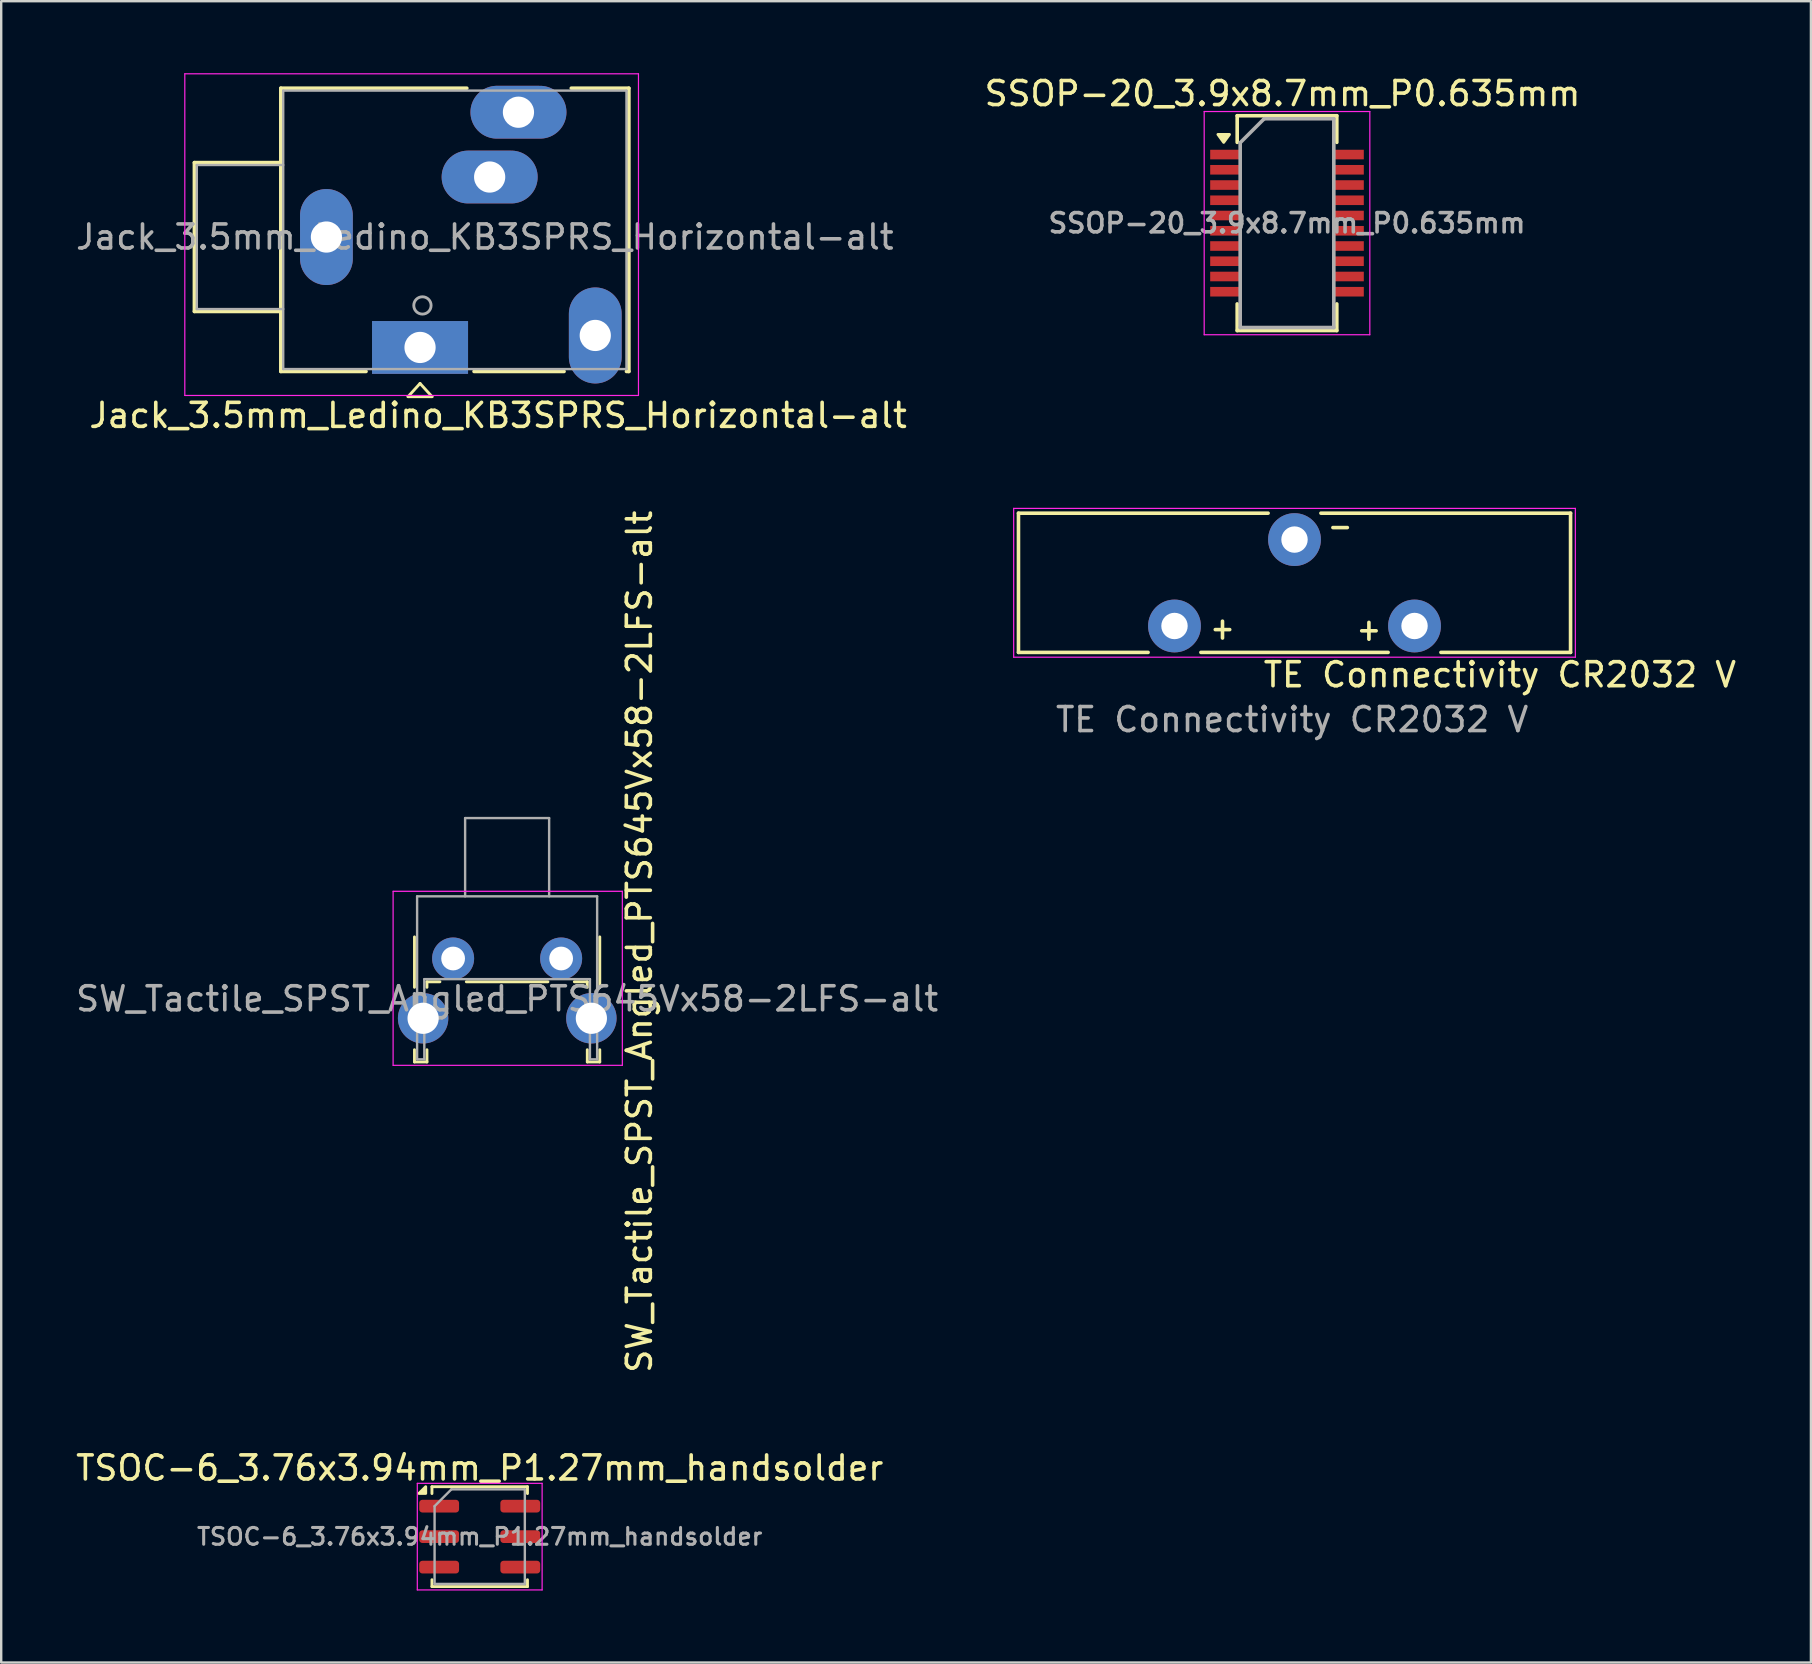
<source format=kicad_pcb>
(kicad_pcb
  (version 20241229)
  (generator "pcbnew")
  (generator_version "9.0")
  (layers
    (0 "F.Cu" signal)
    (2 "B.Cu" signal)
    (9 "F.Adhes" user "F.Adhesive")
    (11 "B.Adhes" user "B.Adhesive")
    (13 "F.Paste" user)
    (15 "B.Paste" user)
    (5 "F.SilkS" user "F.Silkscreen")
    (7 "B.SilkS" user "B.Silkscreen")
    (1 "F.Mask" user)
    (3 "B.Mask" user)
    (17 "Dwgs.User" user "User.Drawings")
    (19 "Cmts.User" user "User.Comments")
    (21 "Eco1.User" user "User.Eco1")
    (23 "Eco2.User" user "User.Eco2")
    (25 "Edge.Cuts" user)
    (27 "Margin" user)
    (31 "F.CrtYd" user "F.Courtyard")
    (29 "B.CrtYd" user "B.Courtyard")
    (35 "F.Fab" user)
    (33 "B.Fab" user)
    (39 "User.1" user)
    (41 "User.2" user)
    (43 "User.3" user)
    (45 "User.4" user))
  (footprint "TE Connectivity CR2032 V"
    (layer "F.Cu")
    (at 50.88 19.429)
    (property "Reference" "TE Connectivity CR2032 V" (at 8.556 5.632 0) (unlocked yes) (layer "F.SilkS") (effects (font (size 1 1) (thickness 0.15))))
    (attr through_hole)
    (fp_line (start -11.5 -1.1) (end -1.1 -1.1) (stroke (width 0.15) (type default)) (layer "F.SilkS"))
    (fp_line (start -11.5 4.7) (end -11.5 -1.1) (stroke (width 0.15) (type default)) (layer "F.SilkS"))
    (fp_line (start -6.1 4.7) (end -11.5 4.7) (stroke (width 0.15) (type default)) (layer "F.SilkS"))
    (fp_line (start -3 3.4) (end -3 4.1) (stroke (width 0.15) (type default)) (layer "F.SilkS"))
    (fp_line (start -3 4.1) (end -3 3.75) (stroke (width 0.1) (type default)) (layer "F.SilkS"))
    (fp_line (start -2.7 3.75) (end -3.3 3.75) (stroke (width 0.15) (type default)) (layer "F.SilkS"))
    (fp_line (start 1.1 -1.1) (end 11.5 -1.1) (stroke (width 0.15) (type default)) (layer "F.SilkS"))
    (fp_line (start 2.2 -0.5) (end 1.6 -0.5) (stroke (width 0.15) (type default)) (layer "F.SilkS"))
    (fp_line (start 3.1 3.45) (end 3.1 4.15) (stroke (width 0.15) (type default)) (layer "F.SilkS"))
    (fp_line (start 3.1 4.15) (end 3.1 3.8) (stroke (width 0.1) (type default)) (layer "F.SilkS"))
    (fp_line (start 3.4 3.8) (end 2.8 3.8) (stroke (width 0.15) (type default)) (layer "F.SilkS"))
    (fp_line (start 3.9 4.7) (end -3.9 4.7) (stroke (width 0.15) (type default)) (layer "F.SilkS"))
    (fp_line (start 11.5 -1.1) (end 11.5 4.7) (stroke (width 0.15) (type default)) (layer "F.SilkS"))
    (fp_line (start 11.5 4.7) (end 6.1 4.7) (stroke (width 0.15) (type default)) (layer "F.SilkS"))
    (fp_line (start -11.7 -1.3) (end 11.7 -1.3) (stroke (width 0.05) (type default)) (layer "F.CrtYd"))
    (fp_line (start -11.7 4.9) (end -11.7 -1.3) (stroke (width 0.05) (type default)) (layer "F.CrtYd"))
    (fp_line (start 11.7 -1.3) (end 11.7 4.9) (stroke (width 0.05) (type default)) (layer "F.CrtYd"))
    (fp_line (start 11.7 4.9) (end -11.7 4.9) (stroke (width 0.05) (type default)) (layer "F.CrtYd"))
    (fp_text user "${REFERENCE}" (at -0.1 7.5 0) (unlocked yes) (layer "F.Fab") (effects (font (size 1 1) (thickness 0.15))))
    (pad "1" thru_hole circle (at 5 3.6) (size 2.2 2.2) (drill 1.1) (layers "*.Cu" "*.Mask"))
    (pad "2" thru_hole circle (at 0 0) (size 2.2 2.2) (drill 1.1) (layers "*.Cu" "*.Mask"))
    (pad "3" thru_hole circle (at -5 3.6) (size 2.2 2.2) (drill 1.1) (layers "*.Cu" "*.Mask")))
  (footprint "SSOP-20_3.9x8.7mm_P0.635mm"
    (layer "F.Cu")
    (at 50.567 6.246)
    (property "Reference" "SSOP-20_3.9x8.7mm_P0.635mm" (at -0.187 -5.397 180) (layer "F.SilkS") (effects (font (size 1 1) (thickness 0.15))))
    (attr smd)
    (fp_line (start -2.075 -4.475) (end 2.075 -4.475) (stroke (width 0.15) (type solid)) (layer "F.SilkS"))
    (fp_line (start -2.075 -3.365) (end -2.075 -4.475) (stroke (width 0.15) (type solid)) (layer "F.SilkS"))
    (fp_line (start -2.075 4.475) (end -2.075 3.365) (stroke (width 0.15) (type solid)) (layer "F.SilkS"))
    (fp_line (start -2.075 4.475) (end 2.075 4.475) (stroke (width 0.15) (type solid)) (layer "F.SilkS"))
    (fp_line (start 2.075 -4.475) (end 2.075 -3.365) (stroke (width 0.15) (type solid)) (layer "F.SilkS"))
    (fp_line (start 2.075 4.475) (end 2.075 3.365) (stroke (width 0.15) (type solid)) (layer "F.SilkS"))
    (fp_poly (pts (xy -2.638 -3.365) (xy -2.877 -3.695) (xy -2.397 -3.695) (xy -2.638 -3.365)) (stroke (width 0.12) (type solid)) (fill yes) (layer "F.SilkS"))
    (fp_line (start -3.45 -4.65) (end -3.45 4.65) (stroke (width 0.05) (type solid)) (layer "F.CrtYd"))
    (fp_line (start -3.45 -4.65) (end 3.45 -4.65) (stroke (width 0.05) (type solid)) (layer "F.CrtYd"))
    (fp_line (start -3.45 4.65) (end 3.45 4.65) (stroke (width 0.05) (type solid)) (layer "F.CrtYd"))
    (fp_line (start 3.45 -4.65) (end 3.45 4.65) (stroke (width 0.05) (type solid)) (layer "F.CrtYd"))
    (fp_line (start -1.95 -3.35) (end -0.95 -4.35) (stroke (width 0.15) (type solid)) (layer "F.Fab"))
    (fp_line (start -1.95 4.35) (end -1.95 -3.35) (stroke (width 0.15) (type solid)) (layer "F.Fab"))
    (fp_line (start -0.95 -4.35) (end 1.95 -4.35) (stroke (width 0.15) (type solid)) (layer "F.Fab"))
    (fp_line (start 1.95 -4.35) (end 1.95 4.35) (stroke (width 0.15) (type solid)) (layer "F.Fab"))
    (fp_line (start 1.95 4.35) (end -1.95 4.35) (stroke (width 0.15) (type solid)) (layer "F.Fab"))
    (fp_text user "${REFERENCE}" (at 0 0 180) (layer "F.Fab") (effects (font (size 0.8 0.8) (thickness 0.15))))
    (pad "1" smd rect (at -2.6 -2.857) (size 1.2 0.4) (layers "F.Cu" "F.Mask" "F.Paste"))
    (pad "2" smd rect (at -2.6 -2.223) (size 1.2 0.4) (layers "F.Cu" "F.Mask" "F.Paste"))
    (pad "3" smd rect (at -2.6 -1.587) (size 1.2 0.4) (layers "F.Cu" "F.Mask" "F.Paste"))
    (pad "4" smd rect (at -2.6 -0.953) (size 1.2 0.4) (layers "F.Cu" "F.Mask" "F.Paste"))
    (pad "5" smd rect (at -2.6 -0.318) (size 1.2 0.4) (layers "F.Cu" "F.Mask" "F.Paste"))
    (pad "6" smd rect (at -2.6 0.318) (size 1.2 0.4) (layers "F.Cu" "F.Mask" "F.Paste"))
    (pad "7" smd rect (at -2.6 0.953) (size 1.2 0.4) (layers "F.Cu" "F.Mask" "F.Paste"))
    (pad "8" smd rect (at -2.6 1.587) (size 1.2 0.4) (layers "F.Cu" "F.Mask" "F.Paste"))
    (pad "9" smd rect (at -2.6 2.223) (size 1.2 0.4) (layers "F.Cu" "F.Mask" "F.Paste"))
    (pad "10" smd rect (at -2.6 2.857) (size 1.2 0.4) (layers "F.Cu" "F.Mask" "F.Paste"))
    (pad "11" smd rect (at 2.6 2.857) (size 1.2 0.4) (layers "F.Cu" "F.Mask" "F.Paste"))
    (pad "12" smd rect (at 2.6 2.223) (size 1.2 0.4) (layers "F.Cu" "F.Mask" "F.Paste"))
    (pad "13" smd rect (at 2.6 1.587) (size 1.2 0.4) (layers "F.Cu" "F.Mask" "F.Paste"))
    (pad "14" smd rect (at 2.6 0.953) (size 1.2 0.4) (layers "F.Cu" "F.Mask" "F.Paste"))
    (pad "15" smd rect (at 2.6 0.318) (size 1.2 0.4) (layers "F.Cu" "F.Mask" "F.Paste"))
    (pad "16" smd rect (at 2.6 -0.318) (size 1.2 0.4) (layers "F.Cu" "F.Mask" "F.Paste"))
    (pad "17" smd rect (at 2.6 -0.953) (size 1.2 0.4) (layers "F.Cu" "F.Mask" "F.Paste"))
    (pad "18" smd rect (at 2.6 -1.587) (size 1.2 0.4) (layers "F.Cu" "F.Mask" "F.Paste"))
    (pad "19" smd rect (at 2.6 -2.223) (size 1.2 0.4) (layers "F.Cu" "F.Mask" "F.Paste"))
    (pad "20" smd rect (at 2.6 -2.857) (size 1.2 0.4) (layers "F.Cu" "F.Mask" "F.Paste")))
  (footprint "SW_Tactile_SPST_Angled_PTS645Vx58-2LFS-alt"
    (layer "F.Cu")
    (at 15.827 36.882)
    (property "Reference" "SW_Tactile_SPST_Angled_PTS645Vx58-2LFS-alt" (at 7.761 -0.7 90) (layer "F.SilkS") (effects (font (size 1 1) (thickness 0.15))))
    (attr through_hole)
    (fp_line (start -1.61 -0.9) (end -1.61 1.2) (stroke (width 0.12) (type solid)) (layer "F.SilkS"))
    (fp_line (start -1.61 3.8) (end -1.61 4.31) (stroke (width 0.12) (type solid)) (layer "F.SilkS"))
    (fp_line (start -1.61 4.31) (end -1.09 4.31) (stroke (width 0.12) (type solid)) (layer "F.SilkS"))
    (fp_line (start -1.09 0.97) (end -1.09 1.2) (stroke (width 0.12) (type solid)) (layer "F.SilkS"))
    (fp_line (start -1.09 0.97) (end -0.55 0.97) (stroke (width 0.12) (type solid)) (layer "F.SilkS"))
    (fp_line (start -1.09 3.8) (end -1.09 4.31) (stroke (width 0.12) (type solid)) (layer "F.SilkS"))
    (fp_line (start 0.55 0.97) (end 3.95 0.97) (stroke (width 0.12) (type solid)) (layer "F.SilkS"))
    (fp_line (start 5.05 0.97) (end 5.59 0.97) (stroke (width 0.12) (type solid)) (layer "F.SilkS"))
    (fp_line (start 5.59 0.97) (end 5.59 1.2) (stroke (width 0.12) (type solid)) (layer "F.SilkS"))
    (fp_line (start 5.59 3.8) (end 5.59 4.31) (stroke (width 0.12) (type solid)) (layer "F.SilkS"))
    (fp_line (start 5.59 4.31) (end 6.11 4.31) (stroke (width 0.12) (type solid)) (layer "F.SilkS"))
    (fp_line (start 6.11 -0.9) (end 6.11 1.2) (stroke (width 0.12) (type solid)) (layer "F.SilkS"))
    (fp_line (start 6.11 3.8) (end 6.11 4.31) (stroke (width 0.12) (type solid)) (layer "F.SilkS"))
    (fp_line (start -2.5 -2.8) (end 7.05 -2.8) (stroke (width 0.05) (type solid)) (layer "F.CrtYd"))
    (fp_line (start -2.5 4.45) (end -2.5 -2.8) (stroke (width 0.05) (type solid)) (layer "F.CrtYd"))
    (fp_line (start 7.05 -2.8) (end 7.05 4.45) (stroke (width 0.05) (type solid)) (layer "F.CrtYd"))
    (fp_line (start 7.05 4.45) (end -2.5 4.45) (stroke (width 0.05) (type solid)) (layer "F.CrtYd"))
    (fp_line (start -1.5 -2.59) (end 6 -2.59) (stroke (width 0.1) (type solid)) (layer "F.Fab"))
    (fp_line (start -1.5 4.2) (end -1.5 -2.59) (stroke (width 0.1) (type solid)) (layer "F.Fab"))
    (fp_line (start -1.5 4.2) (end -1.2 4.2) (stroke (width 0.1) (type solid)) (layer "F.Fab"))
    (fp_line (start -1.2 0.86) (end 5.7 0.86) (stroke (width 0.1) (type solid)) (layer "F.Fab"))
    (fp_line (start -1.2 4.2) (end -1.2 0.86) (stroke (width 0.1) (type solid)) (layer "F.Fab"))
    (fp_line (start 0.5 -5.85) (end 0.5 -2.59) (stroke (width 0.1) (type solid)) (layer "F.Fab"))
    (fp_line (start 0.5 -5.85) (end 4 -5.85) (stroke (width 0.1) (type solid)) (layer "F.Fab"))
    (fp_line (start 4 -5.85) (end 4 -2.59) (stroke (width 0.1) (type solid)) (layer "F.Fab"))
    (fp_line (start 5.7 4.2) (end 5.7 0.86) (stroke (width 0.1) (type solid)) (layer "F.Fab"))
    (fp_line (start 5.7 4.2) (end 6 4.2) (stroke (width 0.1) (type solid)) (layer "F.Fab"))
    (fp_line (start 6 4.2) (end 6 -2.59) (stroke (width 0.1) (type solid)) (layer "F.Fab"))
    (fp_text user "${REFERENCE}" (at 2.25 1.68 0) (layer "F.Fab") (effects (font (size 1 1) (thickness 0.15))))
    (pad "1" thru_hole circle (at 0 0) (size 1.75 1.75) (drill 0.99) (layers "*.Cu" "*.Mask"))
    (pad "2" thru_hole circle (at 4.5 0) (size 1.75 1.75) (drill 0.99) (layers "*.Cu" "*.Mask"))
    (pad "SH" thru_hole circle (at -1.25 2.49) (size 2.1 2.1) (drill 1.3) (layers "*.Cu" "*.Mask"))
    (pad "SH" thru_hole circle (at 5.76 2.49) (size 2.1 2.1) (drill 1.3) (layers "*.Cu" "*.Mask")))
  (footprint "TSOC-6_3.76x3.94mm_P1.27mm_handsolder"
    (layer "F.Cu")
    (at 16.935 60.967)
    (property "Reference" "TSOC-6_3.76x3.94mm_P1.27mm_handsolder" (at 0 -2.86 180) (layer "F.SilkS") (effects (font (size 1 1) (thickness 0.15))))
    (attr smd)
    (fp_line (start -1.99 -1.795) (end -1.99 -2.08) (stroke (width 0.12) (type solid)) (layer "F.SilkS"))
    (fp_line (start -1.99 1.795) (end -1.99 2.08) (stroke (width 0.12) (type solid)) (layer "F.SilkS"))
    (fp_line (start -1.99 2.08) (end 1.99 2.08) (stroke (width 0.12) (type solid)) (layer "F.SilkS"))
    (fp_line (start 1.99 -2.08) (end -1.99 -2.08) (stroke (width 0.12) (type solid)) (layer "F.SilkS"))
    (fp_line (start 1.99 -2.08) (end 1.99 -1.795) (stroke (width 0.12) (type solid)) (layer "F.SilkS"))
    (fp_line (start 1.99 1.795) (end 1.99 2.08) (stroke (width 0.12) (type solid)) (layer "F.SilkS"))
    (fp_poly (pts (xy -2.25 -1.8) (xy -2.53 -1.8) (xy -2.25 -2.08) (xy -2.25 -1.8)) (stroke (width 0.12) (type solid)) (fill yes) (layer "F.SilkS"))
    (fp_line (start -2.6 -2.22) (end -2.6 2.22) (stroke (width 0.05) (type solid)) (layer "F.CrtYd"))
    (fp_line (start -2.6 -2.22) (end 2.6 -2.22) (stroke (width 0.05) (type solid)) (layer "F.CrtYd"))
    (fp_line (start -2.6 2.22) (end 2.6 2.22) (stroke (width 0.05) (type solid)) (layer "F.CrtYd"))
    (fp_line (start 2.6 -2.22) (end 2.6 2.22) (stroke (width 0.05) (type solid)) (layer "F.CrtYd"))
    (fp_line (start -1.88 -1.27) (end -1.88 1.97) (stroke (width 0.1) (type solid)) (layer "F.Fab"))
    (fp_line (start -1.88 -1.27) (end -1.18 -1.97) (stroke (width 0.1) (type solid)) (layer "F.Fab"))
    (fp_line (start -1.88 1.97) (end 1.88 1.97) (stroke (width 0.1) (type solid)) (layer "F.Fab"))
    (fp_line (start -1.18 -1.97) (end 1.88 -1.97) (stroke (width 0.1) (type solid)) (layer "F.Fab"))
    (fp_line (start 1.88 -1.97) (end 1.88 1.97) (stroke (width 0.1) (type solid)) (layer "F.Fab"))
    (fp_text user "${REFERENCE}" (at 0 0 0) (layer "F.Fab") (effects (font (size 0.7 0.7) (thickness 0.127))))
    (pad "1" smd roundrect (at -1.69 -1.27) (size 1.66 0.53) (layers "F.Cu" "F.Mask" "F.Paste") (roundrect_rratio 0.25))
    (pad "2" smd roundrect (at -1.69 0) (size 1.66 0.53) (layers "F.Cu" "F.Mask" "F.Paste") (roundrect_rratio 0.25))
    (pad "3" smd roundrect (at -1.69 1.27) (size 1.66 0.53) (layers "F.Cu" "F.Mask" "F.Paste") (roundrect_rratio 0.25))
    (pad "4" smd roundrect (at 1.69 1.27) (size 1.66 0.53) (layers "F.Cu" "F.Mask" "F.Paste") (roundrect_rratio 0.25))
    (pad "5" smd roundrect (at 1.69 0) (size 1.66 0.53) (layers "F.Cu" "F.Mask" "F.Paste") (roundrect_rratio 0.25))
    (pad "6" smd roundrect (at 1.69 -1.27) (size 1.66 0.53) (layers "F.Cu" "F.Mask" "F.Paste") (roundrect_rratio 0.25)))
  (footprint "Jack_3.5mm_Ledino_KB3SPRS_Horizontal-alt"
    (layer "F.Cu")
    (at 14.449 11.425)
    (property "Reference" "Jack_3.5mm_Ledino_KB3SPRS_Horizontal-alt" (at 3.252 2.831 0) (layer "F.SilkS") (effects (font (size 1 1) (thickness 0.15))))
    (attr through_hole)
    (fp_line (start -9.4 -7.7) (end -9.4 -1.5) (stroke (width 0.15) (type solid)) (layer "F.SilkS"))
    (fp_line (start -9.4 -1.5) (end -5.8 -1.5) (stroke (width 0.15) (type solid)) (layer "F.SilkS"))
    (fp_line (start -5.8 -10.8) (end 1.95 -10.8) (stroke (width 0.15) (type solid)) (layer "F.SilkS"))
    (fp_line (start -5.8 -7.7) (end -9.4 -7.7) (stroke (width 0.15) (type solid)) (layer "F.SilkS"))
    (fp_line (start -5.8 1) (end -5.8 -10.8) (stroke (width 0.15) (type solid)) (layer "F.SilkS"))
    (fp_line (start -2.25 1) (end -5.8 1) (stroke (width 0.15) (type solid)) (layer "F.SilkS"))
    (fp_line (start -0.5 2.05) (end 0.5 2.05) (stroke (width 0.12) (type solid)) (layer "F.SilkS"))
    (fp_line (start 0 1.5) (end -0.5 2.05) (stroke (width 0.12) (type solid)) (layer "F.SilkS"))
    (fp_line (start 0.5 2.05) (end 0 1.5) (stroke (width 0.12) (type solid)) (layer "F.SilkS"))
    (fp_line (start 6 1) (end 2.25 1) (stroke (width 0.15) (type solid)) (layer "F.SilkS"))
    (fp_line (start 6.3 -10.8) (end 8.7 -10.8) (stroke (width 0.15) (type solid)) (layer "F.SilkS"))
    (fp_line (start 8.7 -10.8) (end 8.7 1) (stroke (width 0.15) (type solid)) (layer "F.SilkS"))
    (fp_line (start 8.7 1) (end 8.6 1) (stroke (width 0.15) (type solid)) (layer "F.SilkS"))
    (fp_line (start -9.8 -11.4) (end -9.8 2) (stroke (width 0.05) (type solid)) (layer "F.CrtYd"))
    (fp_line (start -9.8 2) (end 9.1 2) (stroke (width 0.05) (type solid)) (layer "F.CrtYd"))
    (fp_line (start 9.1 -11.4) (end -9.8 -11.4) (stroke (width 0.05) (type solid)) (layer "F.CrtYd"))
    (fp_line (start 9.1 2) (end 9.1 -11.4) (stroke (width 0.05) (type solid)) (layer "F.CrtYd"))
    (fp_line (start -9.3 -7.6) (end -9.3 -1.6) (stroke (width 0.1) (type solid)) (layer "F.Fab"))
    (fp_line (start -9.3 -7.6) (end -5.7 -7.6) (stroke (width 0.1) (type solid)) (layer "F.Fab"))
    (fp_line (start -9.3 -1.6) (end -5.7 -1.6) (stroke (width 0.1) (type solid)) (layer "F.Fab"))
    (fp_line (start -5.7 -10.7) (end -5.7 0.9) (stroke (width 0.1) (type solid)) (layer "F.Fab"))
    (fp_line (start -5.7 0.9) (end 8.6 0.9) (stroke (width 0.1) (type solid)) (layer "F.Fab"))
    (fp_line (start 8.6 -10.7) (end -5.7 -10.7) (stroke (width 0.1) (type solid)) (layer "F.Fab"))
    (fp_line (start 8.6 0.9) (end 8.6 -10.7) (stroke (width 0.1) (type solid)) (layer "F.Fab"))
    (fp_circle (center 0.1 -1.75) (end 0.4 -1.55) (stroke (width 0.12) (type solid)) (fill no) (layer "F.Fab"))
    (fp_text user "${REFERENCE}" (at 2.7 -4.6 0) (layer "F.Fab") (effects (font (size 1 1) (thickness 0.15))))
    (pad "R" thru_hole oval (at 4.1 -9.8) (size 4 2.2) (drill 1.3) (layers "*.Cu" "*.Mask"))
    (pad "RN" thru_hole oval (at 2.9 -7.1) (size 4 2.2) (drill 1.3) (layers "*.Cu" "*.Mask"))
    (pad "S" thru_hole oval (at -3.9 -4.6) (size 2.2 4) (drill 1.3) (layers "*.Cu" "*.Mask"))
    (pad "T" thru_hole rect (at 0 0) (size 4 2.2) (drill 1.3) (layers "*.Cu" "*.Mask"))
    (pad "TN" thru_hole oval (at 7.3 -0.5 90) (size 4 2.2) (drill 1.3) (layers "*.Cu" "*.Mask")))
  (gr_rect
    (start -3 -3)
    (end 72.394 66.212)
    (stroke (width 0.1) (type default))
    (fill no)
    (layer "Edge.Cuts")))
</source>
